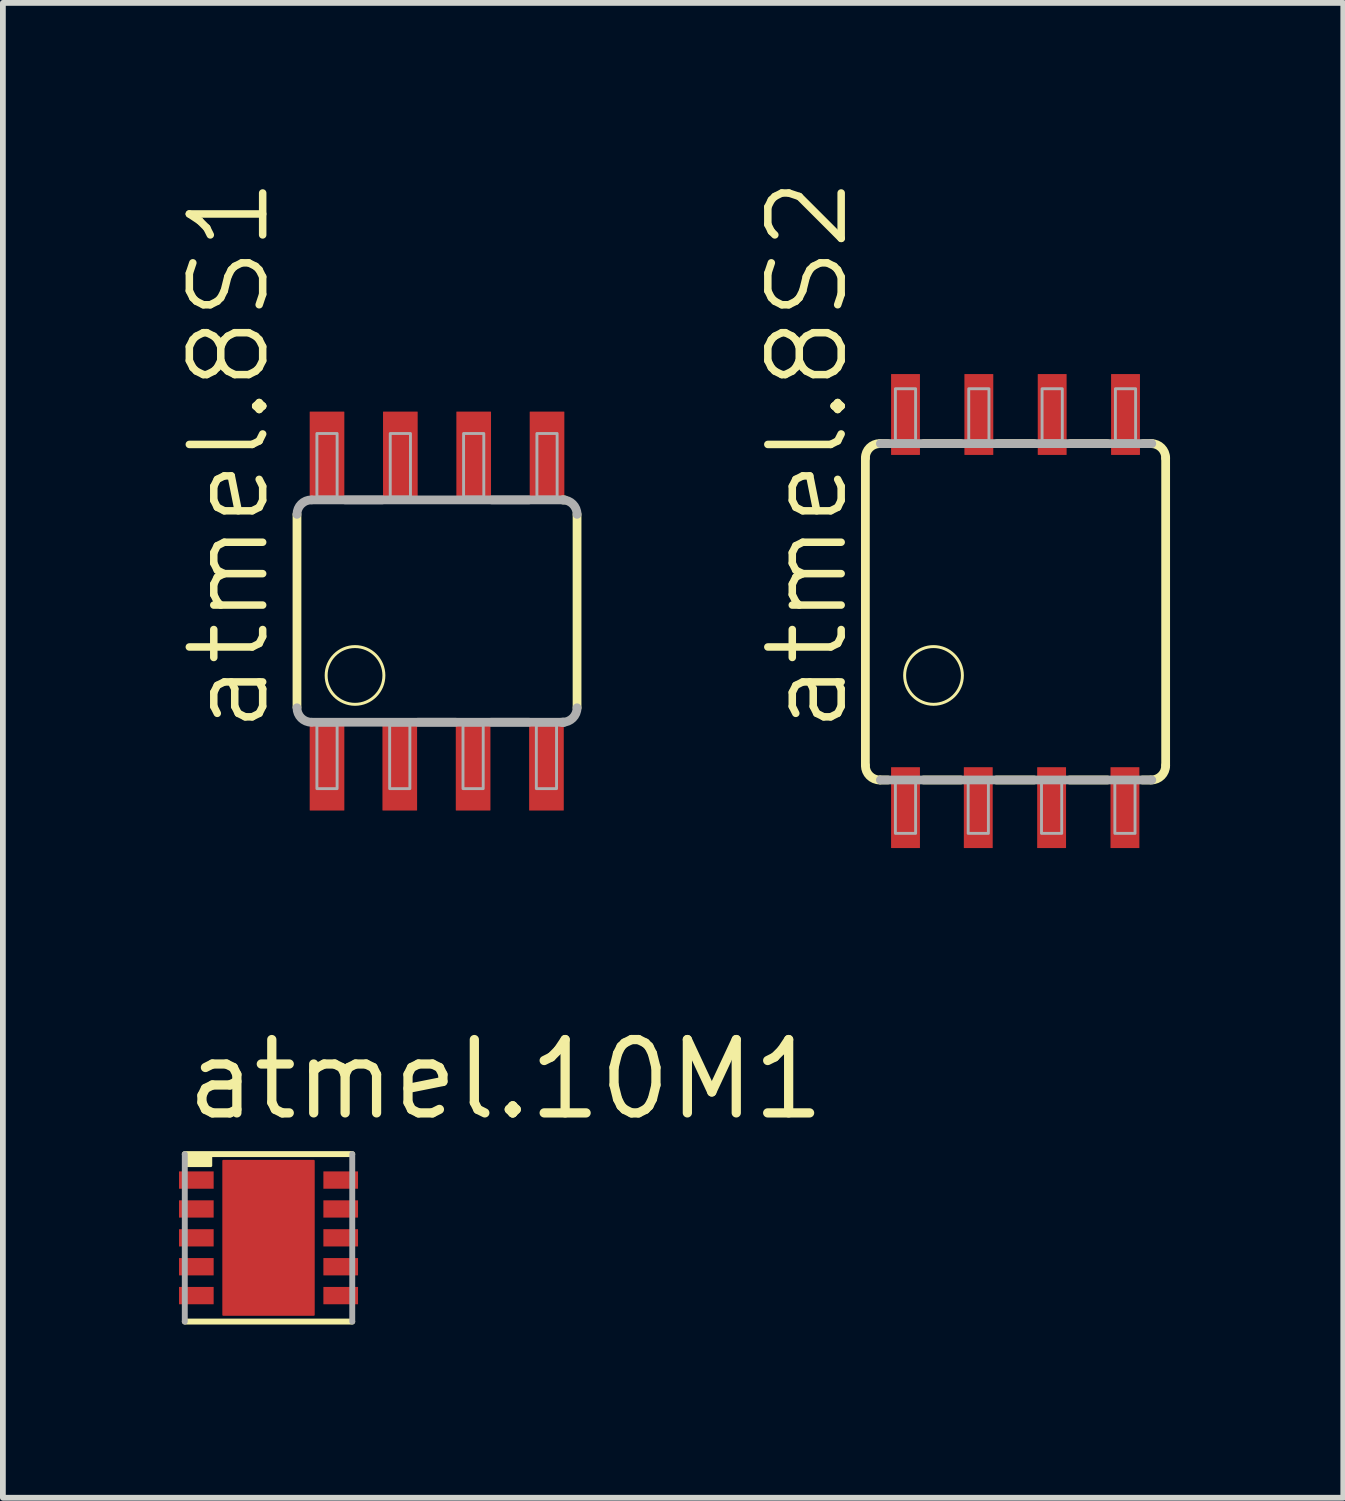
<source format=kicad_pcb>
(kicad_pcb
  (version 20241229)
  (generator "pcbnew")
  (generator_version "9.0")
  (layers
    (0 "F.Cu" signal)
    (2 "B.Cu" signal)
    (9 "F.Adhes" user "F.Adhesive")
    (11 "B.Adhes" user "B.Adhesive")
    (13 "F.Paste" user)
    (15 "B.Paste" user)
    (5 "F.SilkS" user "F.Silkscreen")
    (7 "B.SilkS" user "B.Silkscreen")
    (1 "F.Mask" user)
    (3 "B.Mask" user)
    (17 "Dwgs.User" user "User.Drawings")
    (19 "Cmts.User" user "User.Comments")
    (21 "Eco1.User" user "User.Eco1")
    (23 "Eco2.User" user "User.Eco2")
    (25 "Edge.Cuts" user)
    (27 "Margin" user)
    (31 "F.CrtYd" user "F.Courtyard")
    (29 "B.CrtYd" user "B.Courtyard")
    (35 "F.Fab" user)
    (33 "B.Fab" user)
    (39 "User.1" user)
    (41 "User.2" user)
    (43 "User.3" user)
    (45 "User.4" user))
  (footprint "atmel.10M1"
    (layer "F.Cu")
    (at 1.6 18.386)
    (property "Reference" "atmel.10M1" (at -1.5 -2 0) (layer "F.SilkS") (effects (font (size 1.27 1.27) (thickness 0.16)) (justify left bottom)))
    (attr smd)
    (fp_rect (start -1.575 -0.825) (end -0.925 -1.175) (stroke (width 0.05) (type default)) (fill yes) (layer "F.Mask"))
    (fp_rect (start -1.575 -0.325) (end -0.925 -0.675) (stroke (width 0.05) (type default)) (fill yes) (layer "F.Mask"))
    (fp_rect (start -1.575 0.175) (end -0.925 -0.175) (stroke (width 0.05) (type default)) (fill yes) (layer "F.Mask"))
    (fp_rect (start -1.575 0.675) (end -0.925 0.325) (stroke (width 0.05) (type default)) (fill yes) (layer "F.Mask"))
    (fp_rect (start -1.575 1.175) (end -0.925 0.825) (stroke (width 0.05) (type default)) (fill yes) (layer "F.Mask"))
    (fp_rect (start 0.925 -0.825) (end 1.575 -1.175) (stroke (width 0.05) (type default)) (fill yes) (layer "F.Mask"))
    (fp_rect (start 0.925 -0.325) (end 1.575 -0.675) (stroke (width 0.05) (type default)) (fill yes) (layer "F.Mask"))
    (fp_rect (start 0.925 0.175) (end 1.575 -0.175) (stroke (width 0.05) (type default)) (fill yes) (layer "F.Mask"))
    (fp_rect (start 0.925 0.675) (end 1.575 0.325) (stroke (width 0.05) (type default)) (fill yes) (layer "F.Mask"))
    (fp_rect (start 0.925 1.175) (end 1.575 0.825) (stroke (width 0.05) (type default)) (fill yes) (layer "F.Mask"))
    (fp_poly (pts (xy 0.7 -1.25) (xy -0.575 -1.25) (xy -0.7 -1.125) (xy -0.7 1.25) (xy 0.7 1.25)) (stroke (width 0.203) (type default)) (fill yes) (layer "F.Mask"))
    (fp_line (start -1.45 -1.45) (end 1.45 -1.45) (stroke (width 0.102) (type default)) (layer "F.SilkS"))
    (fp_line (start 1.45 1.45) (end -1.45 1.45) (stroke (width 0.102) (type default)) (layer "F.SilkS"))
    (fp_rect (start -1.425 -1.25) (end -1 -1.425) (stroke (width 0.05) (type default)) (fill yes) (layer "F.SilkS"))
    (fp_rect (start -1.525 -0.875) (end -0.975 -1.125) (stroke (width 0.05) (type default)) (fill yes) (layer "F.Paste"))
    (fp_rect (start -1.525 -0.375) (end -0.975 -0.625) (stroke (width 0.05) (type default)) (fill yes) (layer "F.Paste"))
    (fp_rect (start -1.525 0.125) (end -0.975 -0.125) (stroke (width 0.05) (type default)) (fill yes) (layer "F.Paste"))
    (fp_rect (start -1.525 0.625) (end -0.975 0.375) (stroke (width 0.05) (type default)) (fill yes) (layer "F.Paste"))
    (fp_rect (start -1.525 1.125) (end -0.975 0.875) (stroke (width 0.05) (type default)) (fill yes) (layer "F.Paste"))
    (fp_rect (start 0.975 -0.875) (end 1.525 -1.125) (stroke (width 0.05) (type default)) (fill yes) (layer "F.Paste"))
    (fp_rect (start 0.975 -0.375) (end 1.525 -0.625) (stroke (width 0.05) (type default)) (fill yes) (layer "F.Paste"))
    (fp_rect (start 0.975 0.125) (end 1.525 -0.125) (stroke (width 0.05) (type default)) (fill yes) (layer "F.Paste"))
    (fp_rect (start 0.975 0.625) (end 1.525 0.375) (stroke (width 0.05) (type default)) (fill yes) (layer "F.Paste"))
    (fp_rect (start 0.975 1.125) (end 1.525 0.875) (stroke (width 0.05) (type default)) (fill yes) (layer "F.Paste"))
    (fp_poly (pts (xy 0.6 -1.175) (xy -0.45 -1.175) (xy -0.625 -1) (xy -0.625 1.175) (xy 0.6 1.175)) (stroke (width 0.203) (type default)) (fill yes) (layer "F.Paste"))
    (fp_line (start -1.45 1.45) (end -1.45 -1.45) (stroke (width 0.102) (type default)) (layer "F.Fab"))
    (fp_line (start 1.45 -1.45) (end 1.45 1.45) (stroke (width 0.102) (type default)) (layer "F.Fab"))
    (pad "1" smd roundrect (at -1.25 -1) (size 0.6 0.3) (layers "F.Cu" "F.Mask" "F.Paste") (roundrect_rratio 0.01))
    (pad "2" smd roundrect (at -1.25 -0.5) (size 0.6 0.3) (layers "F.Cu" "F.Mask" "F.Paste") (roundrect_rratio 0.01))
    (pad "3" smd roundrect (at -1.25 0) (size 0.6 0.3) (layers "F.Cu" "F.Mask" "F.Paste") (roundrect_rratio 0.01))
    (pad "4" smd roundrect (at -1.25 0.5) (size 0.6 0.3) (layers "F.Cu" "F.Mask" "F.Paste") (roundrect_rratio 0.01))
    (pad "5" smd roundrect (at -1.25 1) (size 0.6 0.3) (layers "F.Cu" "F.Mask" "F.Paste") (roundrect_rratio 0.01))
    (pad "6" smd roundrect (at 1.25 1) (size 0.6 0.3) (layers "F.Cu" "F.Mask" "F.Paste") (roundrect_rratio 0.01))
    (pad "7" smd roundrect (at 1.25 0.5) (size 0.6 0.3) (layers "F.Cu" "F.Mask" "F.Paste") (roundrect_rratio 0.01))
    (pad "8" smd roundrect (at 1.25 0) (size 0.6 0.3) (layers "F.Cu" "F.Mask" "F.Paste") (roundrect_rratio 0.01))
    (pad "9" smd roundrect (at 1.25 -0.5) (size 0.6 0.3) (layers "F.Cu" "F.Mask" "F.Paste") (roundrect_rratio 0.01))
    (pad "10" smd roundrect (at 1.25 -1) (size 0.6 0.3) (layers "F.Cu" "F.Mask" "F.Paste") (roundrect_rratio 0.01))
    (pad "11" smd roundrect (at 0 0) (size 1.6 2.7) (layers "F.Cu" "F.Mask" "F.Paste") (roundrect_rratio 0.01)))
  (footprint "atmel.8S1"
    (layer "F.Cu")
    (at 4.518 7.532)
    (property "Reference" "atmel.8S1" (at -2.857 2.159 90) (layer "F.SilkS") (effects (font (size 1.27 1.27) (thickness 0.13)) (justify left bottom)))
    (attr smd)
    (fp_line (start -2.425 -1.675) (end -2.425 1.665) (stroke (width 0.152) (type default)) (layer "F.SilkS"))
    (fp_line (start 2.21 -1.925) (end 2.185 -1.925) (stroke (width 0.152) (type default)) (layer "F.SilkS"))
    (fp_line (start 2.425 1.675) (end 2.425 -1.675) (stroke (width 0.152) (type default)) (layer "F.SilkS"))
    (fp_circle (center -1.42 1.115) (end -0.92 1.115) (stroke (width 0.051) (type default)) (fill no) (layer "F.SilkS"))
    (fp_line (start -2.165 -1.925) (end 2.185 -1.925) (stroke (width 0.152) (type default)) (layer "F.Fab"))
    (fp_line (start -1.59 -1.925) (end -0.95 -1.925) (stroke (width 0.152) (type default)) (layer "F.Fab"))
    (fp_line (start 0.32 1.925) (end -0.33 1.925) (stroke (width 0.152) (type default)) (layer "F.Fab"))
    (fp_line (start 0.95 -1.925) (end 1.59 -1.925) (stroke (width 0.152) (type default)) (layer "F.Fab"))
    (fp_line (start 1.59 1.925) (end 0.94 1.925) (stroke (width 0.152) (type default)) (layer "F.Fab"))
    (fp_line (start 2.185 1.925) (end -2.165 1.925) (stroke (width 0.152) (type default)) (layer "F.Fab"))
    (fp_line (start 2.185 1.925) (end 2.155 1.925) (stroke (width 0.152) (type default)) (layer "F.Fab"))
    (fp_line (start 2.2 1.925) (end 2.185 1.925) (stroke (width 0.152) (type default)) (layer "F.Fab"))
    (fp_rect (start -2.08 -1.975) (end -1.73 -3.075) (stroke (width 0.05) (type default)) (fill no) (layer "F.Fab"))
    (fp_rect (start -2.08 3.075) (end -1.73 1.975) (stroke (width 0.05) (type default)) (fill no) (layer "F.Fab"))
    (fp_rect (start -0.82 3.075) (end -0.47 1.975) (stroke (width 0.05) (type default)) (fill no) (layer "F.Fab"))
    (fp_rect (start -0.81 -1.975) (end -0.46 -3.075) (stroke (width 0.05) (type default)) (fill no) (layer "F.Fab"))
    (fp_rect (start 0.45 3.075) (end 0.8 1.975) (stroke (width 0.05) (type default)) (fill no) (layer "F.Fab"))
    (fp_rect (start 0.46 -1.975) (end 0.81 -3.075) (stroke (width 0.05) (type default)) (fill no) (layer "F.Fab"))
    (fp_rect (start 1.72 3.075) (end 2.07 1.975) (stroke (width 0.05) (type default)) (fill no) (layer "F.Fab"))
    (fp_rect (start 1.73 -1.975) (end 2.08 -3.075) (stroke (width 0.05) (type default)) (fill no) (layer "F.Fab"))
    (fp_arc (start -2.425 -1.675) (mid -2.351777 -1.851777) (end -2.175 -1.925) (stroke (width 0.1524) (type default)) (layer "F.Fab"))
    (fp_arc (start -2.175 1.925) (mid -2.351777 1.851777) (end -2.425 1.675) (stroke (width 0.1524) (type default)) (layer "F.Fab"))
    (fp_arc (start 2.175 -1.925) (mid 2.351777 -1.851777) (end 2.425 -1.675) (stroke (width 0.1524) (type default)) (layer "F.Fab"))
    (fp_arc (start 2.425 1.675) (mid 2.351777 1.851777) (end 2.175 1.925) (stroke (width 0.1524) (type default)) (layer "F.Fab"))
    (pad "1" smd roundrect (at -1.905 2.654) (size 0.6 1.6) (layers "F.Cu" "F.Mask" "F.Paste") (roundrect_rratio 0.01))
    (pad "2" smd roundrect (at -0.645 2.654) (size 0.6 1.6) (layers "F.Cu" "F.Mask" "F.Paste") (roundrect_rratio 0.01))
    (pad "3" smd roundrect (at 0.625 2.654) (size 0.6 1.6) (layers "F.Cu" "F.Mask" "F.Paste") (roundrect_rratio 0.01))
    (pad "4" smd roundrect (at 1.895 2.654) (size 0.6 1.6) (layers "F.Cu" "F.Mask" "F.Paste") (roundrect_rratio 0.01))
    (pad "5" smd roundrect (at 1.905 -2.654) (size 0.6 1.6) (layers "F.Cu" "F.Mask" "F.Paste") (roundrect_rratio 0.01))
    (pad "6" smd roundrect (at 0.635 -2.654) (size 0.6 1.6) (layers "F.Cu" "F.Mask" "F.Paste") (roundrect_rratio 0.01))
    (pad "7" smd roundrect (at -0.635 -2.654) (size 0.6 1.6) (layers "F.Cu" "F.Mask" "F.Paste") (roundrect_rratio 0.01))
    (pad "8" smd roundrect (at -1.905 -2.654) (size 0.6 1.6) (layers "F.Cu" "F.Mask" "F.Paste") (roundrect_rratio 0.01)))
  (footprint "atmel.8S2"
    (layer "F.Cu")
    (at 14.536 7.532)
    (property "Reference" "atmel.8S2" (at -2.857 2.159 90) (layer "F.SilkS") (effects (font (size 1.27 1.27) (thickness 0.13)) (justify left bottom)))
    (attr smd)
    (fp_line (start -2.6 -2.65) (end -2.6 2.665) (stroke (width 0.152) (type default)) (layer "F.SilkS"))
    (fp_line (start -2.21 -2.9) (end -2.34 -2.9) (stroke (width 0.152) (type default)) (layer "F.SilkS"))
    (fp_line (start -2.21 2.925) (end -2.34 2.925) (stroke (width 0.152) (type default)) (layer "F.SilkS"))
    (fp_line (start -1.59 -2.9) (end -0.95 -2.9) (stroke (width 0.152) (type default)) (layer "F.SilkS"))
    (fp_line (start -0.95 2.925) (end -1.59 2.925) (stroke (width 0.152) (type default)) (layer "F.SilkS"))
    (fp_line (start -0.32 -2.9) (end 0.32 -2.9) (stroke (width 0.152) (type default)) (layer "F.SilkS"))
    (fp_line (start 0.32 2.925) (end -0.33 2.925) (stroke (width 0.152) (type default)) (layer "F.SilkS"))
    (fp_line (start 0.95 -2.9) (end 1.59 -2.9) (stroke (width 0.152) (type default)) (layer "F.SilkS"))
    (fp_line (start 1.59 2.925) (end 0.94 2.925) (stroke (width 0.152) (type default)) (layer "F.SilkS"))
    (fp_line (start 2.2 2.925) (end 2.33 2.925) (stroke (width 0.152) (type default)) (layer "F.SilkS"))
    (fp_line (start 2.21 -2.9) (end 2.36 -2.9) (stroke (width 0.152) (type default)) (layer "F.SilkS"))
    (fp_line (start 2.6 2.675) (end 2.6 -2.65) (stroke (width 0.152) (type default)) (layer "F.SilkS"))
    (fp_arc (start -2.6 -2.65) (mid -2.526777 -2.826777) (end -2.35 -2.9) (stroke (width 0.1524) (type default)) (layer "F.SilkS"))
    (fp_arc (start -2.35 2.925) (mid -2.526777 2.851777) (end -2.6 2.675) (stroke (width 0.1524) (type default)) (layer "F.SilkS"))
    (fp_arc (start 2.35 -2.9) (mid 2.526777 -2.826777) (end 2.6 -2.65) (stroke (width 0.1524) (type default)) (layer "F.SilkS"))
    (fp_arc (start 2.6 2.675) (mid 2.526777 2.851777) (end 2.35 2.925) (stroke (width 0.1524) (type default)) (layer "F.SilkS"))
    (fp_circle (center -1.42 1.115) (end -0.92 1.115) (stroke (width 0.051) (type default)) (fill no) (layer "F.SilkS"))
    (fp_line (start -2.34 -2.9) (end 2.36 -2.9) (stroke (width 0.152) (type default)) (layer "F.Fab"))
    (fp_line (start 2.36 2.925) (end -2.34 2.925) (stroke (width 0.152) (type default)) (layer "F.Fab"))
    (fp_rect (start -2.08 -2.95) (end -1.73 -3.85) (stroke (width 0.05) (type default)) (fill no) (layer "F.Fab"))
    (fp_rect (start -2.08 3.85) (end -1.73 2.95) (stroke (width 0.05) (type default)) (fill no) (layer "F.Fab"))
    (fp_rect (start -0.82 3.85) (end -0.47 2.95) (stroke (width 0.05) (type default)) (fill no) (layer "F.Fab"))
    (fp_rect (start -0.81 -2.95) (end -0.46 -3.85) (stroke (width 0.05) (type default)) (fill no) (layer "F.Fab"))
    (fp_rect (start 0.45 3.85) (end 0.8 2.95) (stroke (width 0.05) (type default)) (fill no) (layer "F.Fab"))
    (fp_rect (start 0.46 -2.95) (end 0.81 -3.85) (stroke (width 0.05) (type default)) (fill no) (layer "F.Fab"))
    (fp_rect (start 1.72 3.85) (end 2.07 2.95) (stroke (width 0.05) (type default)) (fill no) (layer "F.Fab"))
    (fp_rect (start 1.73 -2.95) (end 2.08 -3.85) (stroke (width 0.05) (type default)) (fill no) (layer "F.Fab"))
    (pad "1" smd roundrect (at -1.905 3.404) (size 0.5 1.4) (layers "F.Cu" "F.Mask" "F.Paste") (roundrect_rratio 0.01))
    (pad "2" smd roundrect (at -0.645 3.404) (size 0.5 1.4) (layers "F.Cu" "F.Mask" "F.Paste") (roundrect_rratio 0.01))
    (pad "3" smd roundrect (at 0.625 3.404) (size 0.5 1.4) (layers "F.Cu" "F.Mask" "F.Paste") (roundrect_rratio 0.01))
    (pad "4" smd roundrect (at 1.895 3.404) (size 0.5 1.4) (layers "F.Cu" "F.Mask" "F.Paste") (roundrect_rratio 0.01))
    (pad "5" smd roundrect (at 1.905 -3.404) (size 0.5 1.4) (layers "F.Cu" "F.Mask" "F.Paste") (roundrect_rratio 0.01))
    (pad "6" smd roundrect (at 0.635 -3.404) (size 0.5 1.4) (layers "F.Cu" "F.Mask" "F.Paste") (roundrect_rratio 0.01))
    (pad "7" smd roundrect (at -0.635 -3.404) (size 0.5 1.4) (layers "F.Cu" "F.Mask" "F.Paste") (roundrect_rratio 0.01))
    (pad "8" smd roundrect (at -1.905 -3.404) (size 0.5 1.4) (layers "F.Cu" "F.Mask" "F.Paste") (roundrect_rratio 0.01)))
  (gr_rect
    (start -3 -3)
    (end 20.212 22.887)
    (stroke (width 0.1) (type default))
    (fill no)
    (layer "Edge.Cuts")))
</source>
